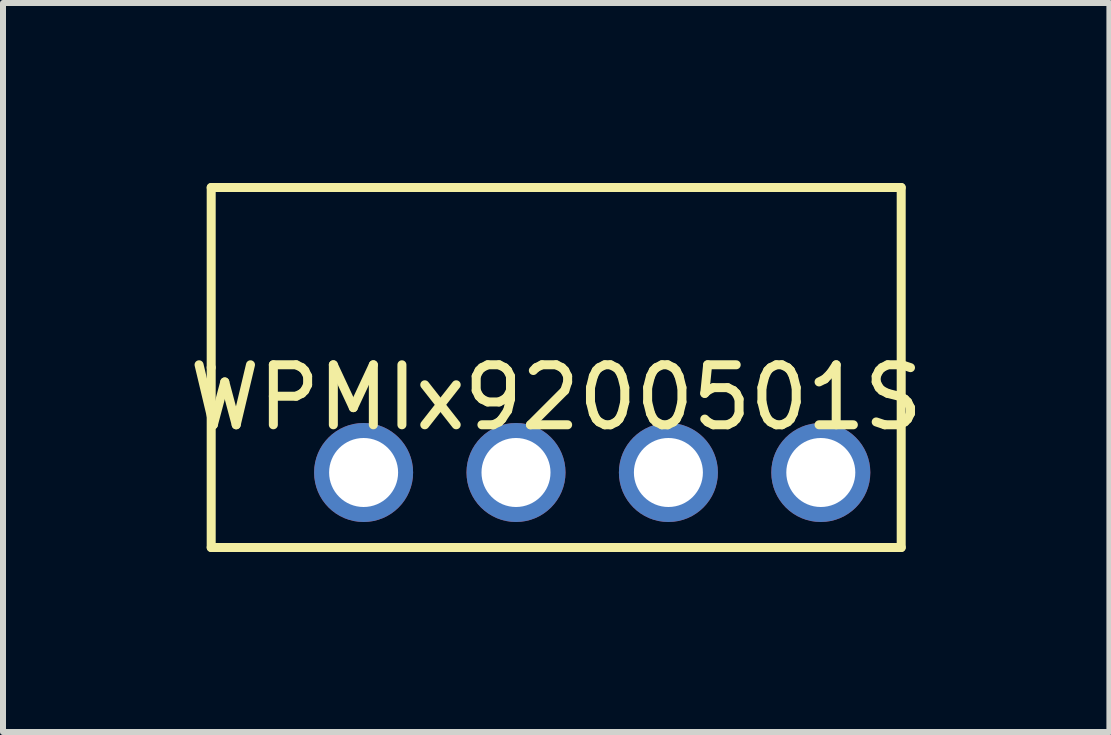
<source format=kicad_pcb>
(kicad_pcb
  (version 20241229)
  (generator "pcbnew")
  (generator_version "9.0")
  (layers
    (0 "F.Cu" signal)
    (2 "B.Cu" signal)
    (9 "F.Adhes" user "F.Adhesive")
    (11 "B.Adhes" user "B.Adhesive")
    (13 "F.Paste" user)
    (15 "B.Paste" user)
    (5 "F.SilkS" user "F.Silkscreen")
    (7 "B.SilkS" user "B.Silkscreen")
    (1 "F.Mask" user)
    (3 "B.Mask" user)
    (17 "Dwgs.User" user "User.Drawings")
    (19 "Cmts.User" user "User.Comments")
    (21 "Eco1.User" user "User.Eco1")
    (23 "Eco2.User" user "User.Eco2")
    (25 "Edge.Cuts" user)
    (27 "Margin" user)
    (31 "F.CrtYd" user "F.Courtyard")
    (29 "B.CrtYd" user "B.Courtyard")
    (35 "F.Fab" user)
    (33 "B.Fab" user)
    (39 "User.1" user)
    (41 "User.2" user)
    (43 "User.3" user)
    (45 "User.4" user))
  (footprint "WPMIx9200501S"
    (layer "F.Cu")
    (at 6.22 3.075)
    (property "Reference" "WPMIx9200501S" (at 0 0.5 0) (layer "F.SilkS") (effects (font (size 1 1) (thickness 0.15))))
    (attr through_hole)
    (fp_line (start -5.75 -3) (end 5.75 -3) (stroke (width 0.15) (type solid)) (layer "F.SilkS"))
    (fp_line (start -5.75 0) (end -5.75 -3) (stroke (width 0.15) (type solid)) (layer "F.SilkS"))
    (fp_line (start -5.75 3) (end -5.75 0) (stroke (width 0.15) (type solid)) (layer "F.SilkS"))
    (fp_line (start 5.75 -3) (end 5.75 3) (stroke (width 0.15) (type solid)) (layer "F.SilkS"))
    (fp_line (start 5.75 3) (end -5.75 3) (stroke (width 0.15) (type solid)) (layer "F.SilkS"))
    (pad "1" thru_hole circle (at -3.21 1.75) (size 1.65 1.65) (drill 1.15) (layers "*.Cu" "*.Mask"))
    (pad "2" thru_hole circle (at -0.67 1.75) (size 1.65 1.65) (drill 1.15) (layers "*.Cu" "*.Mask"))
    (pad "3" thru_hole circle (at 1.87 1.75) (size 1.65 1.65) (drill 1.15) (layers "*.Cu" "*.Mask"))
    (pad "4" thru_hole circle (at 4.41 1.75) (size 1.65 1.65) (drill 1.15) (layers "*.Cu" "*.Mask")))
  (gr_rect
    (start -3 -3)
    (end 15.44 9.15)
    (stroke (width 0.1) (type default))
    (fill no)
    (layer "Edge.Cuts")))
</source>
